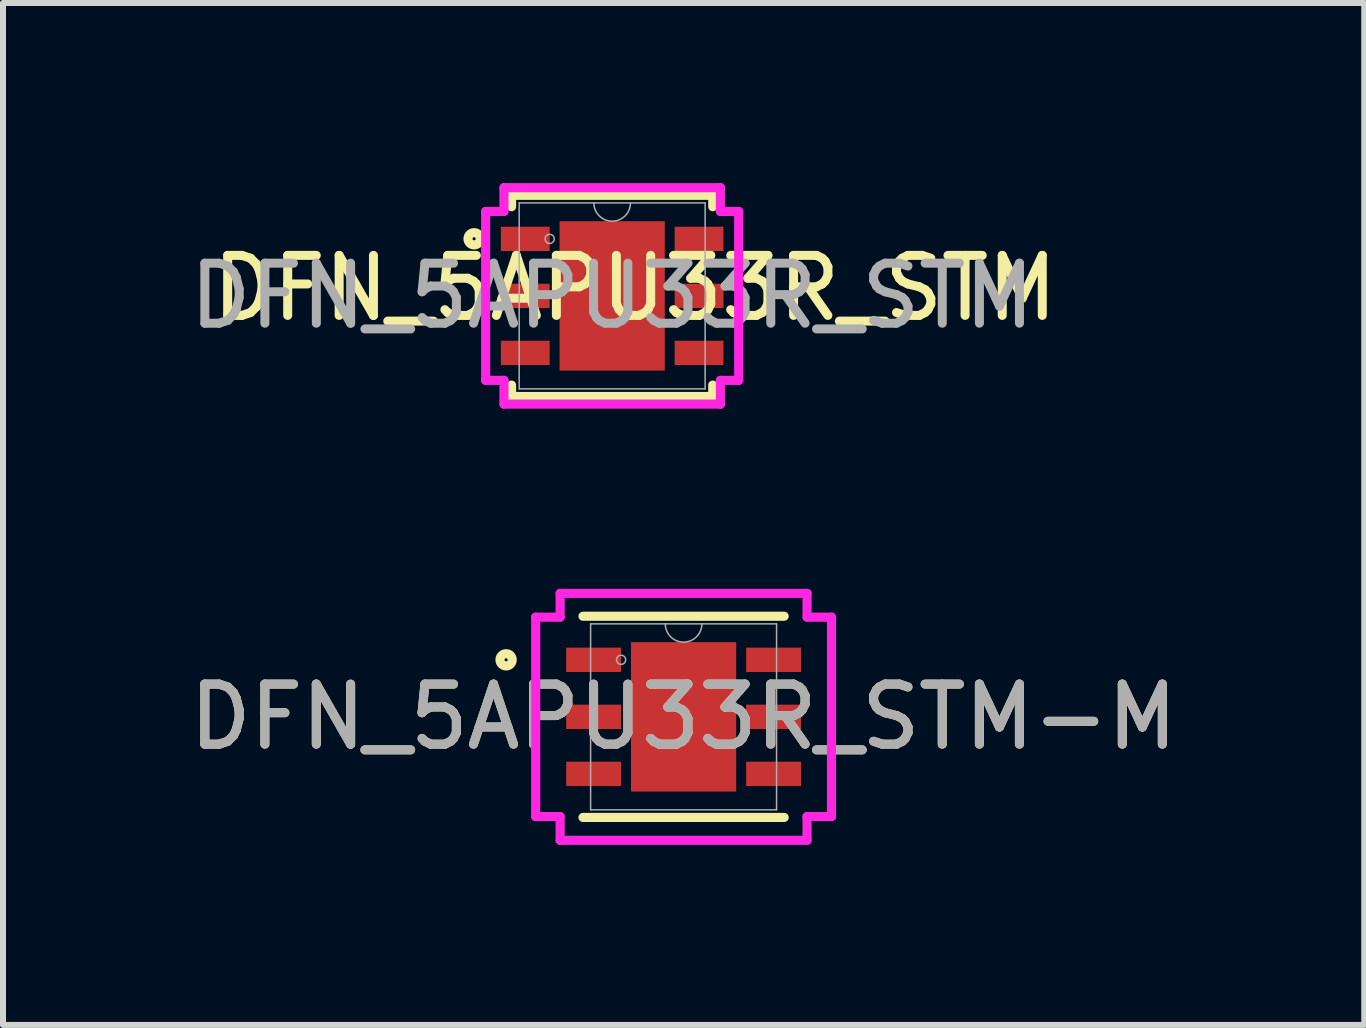
<source format=kicad_pcb>
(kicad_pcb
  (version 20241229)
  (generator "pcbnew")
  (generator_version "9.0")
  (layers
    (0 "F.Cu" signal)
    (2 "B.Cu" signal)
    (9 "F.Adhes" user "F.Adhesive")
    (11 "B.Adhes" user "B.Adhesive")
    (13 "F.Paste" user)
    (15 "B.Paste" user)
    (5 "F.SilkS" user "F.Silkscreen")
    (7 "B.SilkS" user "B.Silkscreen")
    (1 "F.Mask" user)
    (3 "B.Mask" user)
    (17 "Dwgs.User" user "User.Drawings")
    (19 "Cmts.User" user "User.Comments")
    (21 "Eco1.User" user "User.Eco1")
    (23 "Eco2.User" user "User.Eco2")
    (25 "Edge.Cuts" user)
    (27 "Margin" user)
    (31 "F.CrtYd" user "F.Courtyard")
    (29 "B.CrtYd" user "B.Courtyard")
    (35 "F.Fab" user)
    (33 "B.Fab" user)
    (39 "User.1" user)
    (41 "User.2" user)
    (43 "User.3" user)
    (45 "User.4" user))
  (footprint "DFN_5APU33R_STM"
    (layer "F.Cu")
    (at 7.149 1.88)
    (property "Reference" "DFN_5APU33R_STM" (at 0.38 -0.13 0) (unlocked yes) (layer "F.SilkS") (effects (font (size 1 1) (thickness 0.15))))
    (attr smd)
    (fp_line (start -1.676 -1.676) (end -1.676 -1.486) (stroke (width 0.152) (type solid)) (layer "F.SilkS"))
    (fp_line (start -1.676 1.486) (end -1.676 1.676) (stroke (width 0.152) (type solid)) (layer "F.SilkS"))
    (fp_line (start -1.676 1.676) (end 1.676 1.676) (stroke (width 0.152) (type solid)) (layer "F.SilkS"))
    (fp_line (start 1.676 -1.676) (end -1.676 -1.676) (stroke (width 0.152) (type solid)) (layer "F.SilkS"))
    (fp_line (start 1.676 -1.486) (end 1.676 -1.676) (stroke (width 0.152) (type solid)) (layer "F.SilkS"))
    (fp_line (start 1.676 1.676) (end 1.676 1.486) (stroke (width 0.152) (type solid)) (layer "F.SilkS"))
    (fp_circle (center -2.3 -0.952) (end -2.198 -0.952) (stroke (width 0.152) (type solid)) (fill no) (layer "F.SilkS"))
    (fp_line (start -2.108 -1.407) (end -1.803 -1.407) (stroke (width 0.152) (type solid)) (layer "F.CrtYd"))
    (fp_line (start -2.108 1.407) (end -2.108 -1.407) (stroke (width 0.152) (type solid)) (layer "F.CrtYd"))
    (fp_line (start -2.108 1.407) (end -1.803 1.407) (stroke (width 0.152) (type solid)) (layer "F.CrtYd"))
    (fp_line (start -1.803 -1.803) (end 1.803 -1.803) (stroke (width 0.152) (type solid)) (layer "F.CrtYd"))
    (fp_line (start -1.803 -1.407) (end -1.803 -1.803) (stroke (width 0.152) (type solid)) (layer "F.CrtYd"))
    (fp_line (start -1.803 1.803) (end -1.803 1.407) (stroke (width 0.152) (type solid)) (layer "F.CrtYd"))
    (fp_line (start 1.803 -1.803) (end 1.803 -1.407) (stroke (width 0.152) (type solid)) (layer "F.CrtYd"))
    (fp_line (start 1.803 1.407) (end 1.803 1.803) (stroke (width 0.152) (type solid)) (layer "F.CrtYd"))
    (fp_line (start 1.803 1.803) (end -1.803 1.803) (stroke (width 0.152) (type solid)) (layer "F.CrtYd"))
    (fp_line (start 2.108 -1.407) (end 1.803 -1.407) (stroke (width 0.152) (type solid)) (layer "F.CrtYd"))
    (fp_line (start 2.108 -1.407) (end 2.108 1.407) (stroke (width 0.152) (type solid)) (layer "F.CrtYd"))
    (fp_line (start 2.108 1.407) (end 1.803 1.407) (stroke (width 0.152) (type solid)) (layer "F.CrtYd"))
    (fp_line (start -1.549 -1.549) (end -1.549 1.549) (stroke (width 0.025) (type solid)) (layer "F.Fab"))
    (fp_line (start -1.549 1.549) (end 1.549 1.549) (stroke (width 0.025) (type solid)) (layer "F.Fab"))
    (fp_line (start 1.549 -1.549) (end -1.549 -1.549) (stroke (width 0.025) (type solid)) (layer "F.Fab"))
    (fp_line (start 1.549 1.549) (end 1.549 -1.549) (stroke (width 0.025) (type solid)) (layer "F.Fab"))
    (fp_arc (start 0.3048 -1.5494) (mid 0 -1.2446) (end -0.3048 -1.5494) (stroke (width 0.0254) (type solid)) (layer "F.Fab"))
    (fp_circle (center -1.041 -0.95) (end -0.965 -0.95) (stroke (width 0.025) (type solid)) (fill no) (layer "F.Fab"))
    (fp_text user "${REFERENCE}" (at 0 0 0) (unlocked yes) (layer "F.Fab") (effects (font (size 1 1) (thickness 0.15))))
    (pad "1" smd rect (at -1.448 -0.95) (size 0.813 0.406) (layers "F.Cu" "F.Mask" "F.Paste"))
    (pad "2" smd rect (at -1.448 0) (size 0.813 0.406) (layers "F.Cu" "F.Mask" "F.Paste"))
    (pad "3" smd rect (at -1.448 0.95) (size 0.813 0.406) (layers "F.Cu" "F.Mask" "F.Paste"))
    (pad "4" smd rect (at 1.448 0.95) (size 0.813 0.406) (layers "F.Cu" "F.Mask" "F.Paste"))
    (pad "5" smd rect (at 1.448 0) (size 0.813 0.406) (layers "F.Cu" "F.Mask" "F.Paste"))
    (pad "6" smd rect (at 1.448 -0.95) (size 0.813 0.406) (layers "F.Cu" "F.Mask" "F.Paste"))
    (pad "7" smd rect (at 0 0) (size 1.753 2.489) (layers "F.Cu" "F.Mask" "F.Paste")))
  (footprint "DFN_5APU33R_STM-M"
    (layer "F.Cu")
    (at 8.339 8.893)
    (property "Reference" "DFN_5APU33R_STM-M" (at 0 0 0) (unlocked yes) (layer "F.SilkS") (effects (font (size 1 1) (thickness 0.15))))
    (attr smd)
    (fp_line (start -1.676 1.676) (end 1.676 1.676) (stroke (width 0.152) (type solid)) (layer "F.SilkS"))
    (fp_line (start 1.676 -1.676) (end -1.676 -1.676) (stroke (width 0.152) (type solid)) (layer "F.SilkS"))
    (fp_circle (center -2.957 -0.95) (end -2.855 -0.95) (stroke (width 0.152) (type solid)) (fill no) (layer "F.SilkS"))
    (fp_line (start -2.464 -1.661) (end -2.057 -1.661) (stroke (width 0.152) (type solid)) (layer "F.CrtYd"))
    (fp_line (start -2.464 1.661) (end -2.464 -1.661) (stroke (width 0.152) (type solid)) (layer "F.CrtYd"))
    (fp_line (start -2.464 1.661) (end -2.057 1.661) (stroke (width 0.152) (type solid)) (layer "F.CrtYd"))
    (fp_line (start -2.057 -2.057) (end 2.057 -2.057) (stroke (width 0.152) (type solid)) (layer "F.CrtYd"))
    (fp_line (start -2.057 -1.661) (end -2.057 -2.057) (stroke (width 0.152) (type solid)) (layer "F.CrtYd"))
    (fp_line (start -2.057 2.057) (end -2.057 1.661) (stroke (width 0.152) (type solid)) (layer "F.CrtYd"))
    (fp_line (start 2.057 -2.057) (end 2.057 -1.661) (stroke (width 0.152) (type solid)) (layer "F.CrtYd"))
    (fp_line (start 2.057 1.661) (end 2.057 2.057) (stroke (width 0.152) (type solid)) (layer "F.CrtYd"))
    (fp_line (start 2.057 2.057) (end -2.057 2.057) (stroke (width 0.152) (type solid)) (layer "F.CrtYd"))
    (fp_line (start 2.464 -1.661) (end 2.057 -1.661) (stroke (width 0.152) (type solid)) (layer "F.CrtYd"))
    (fp_line (start 2.464 -1.661) (end 2.464 1.661) (stroke (width 0.152) (type solid)) (layer "F.CrtYd"))
    (fp_line (start 2.464 1.661) (end 2.057 1.661) (stroke (width 0.152) (type solid)) (layer "F.CrtYd"))
    (fp_line (start -1.549 -1.549) (end -1.549 1.549) (stroke (width 0.025) (type solid)) (layer "F.Fab"))
    (fp_line (start -1.549 1.549) (end 1.549 1.549) (stroke (width 0.025) (type solid)) (layer "F.Fab"))
    (fp_line (start 1.549 -1.549) (end -1.549 -1.549) (stroke (width 0.025) (type solid)) (layer "F.Fab"))
    (fp_line (start 1.549 1.549) (end 1.549 -1.549) (stroke (width 0.025) (type solid)) (layer "F.Fab"))
    (fp_arc (start 0.3048 -1.5494) (mid 0 -1.2446) (end -0.3048 -1.5494) (stroke (width 0.0254) (type solid)) (layer "F.Fab"))
    (fp_circle (center -1.041 -0.95) (end -0.965 -0.95) (stroke (width 0.025) (type solid)) (fill no) (layer "F.Fab"))
    (fp_text user "${REFERENCE}" (at 0 0 0) (unlocked yes) (layer "F.Fab") (effects (font (size 1 1) (thickness 0.15))))
    (pad "1" smd rect (at -1.499 -0.95) (size 0.914 0.406) (layers "F.Cu" "F.Mask" "F.Paste"))
    (pad "2" smd rect (at -1.499 0) (size 0.914 0.406) (layers "F.Cu" "F.Mask" "F.Paste"))
    (pad "3" smd rect (at -1.499 0.95) (size 0.914 0.406) (layers "F.Cu" "F.Mask" "F.Paste"))
    (pad "4" smd rect (at 1.499 0.95) (size 0.914 0.406) (layers "F.Cu" "F.Mask" "F.Paste"))
    (pad "5" smd rect (at 1.499 0) (size 0.914 0.406) (layers "F.Cu" "F.Mask" "F.Paste"))
    (pad "6" smd rect (at 1.499 -0.95) (size 0.914 0.406) (layers "F.Cu" "F.Mask" "F.Paste"))
    (pad "7" smd rect (at 0 0) (size 1.753 2.489) (layers "F.Cu" "F.Mask" "F.Paste")))
  (gr_rect
    (start -3 -3)
    (end 19.679 14.026)
    (stroke (width 0.1) (type default))
    (fill no)
    (layer "Edge.Cuts")))
</source>
